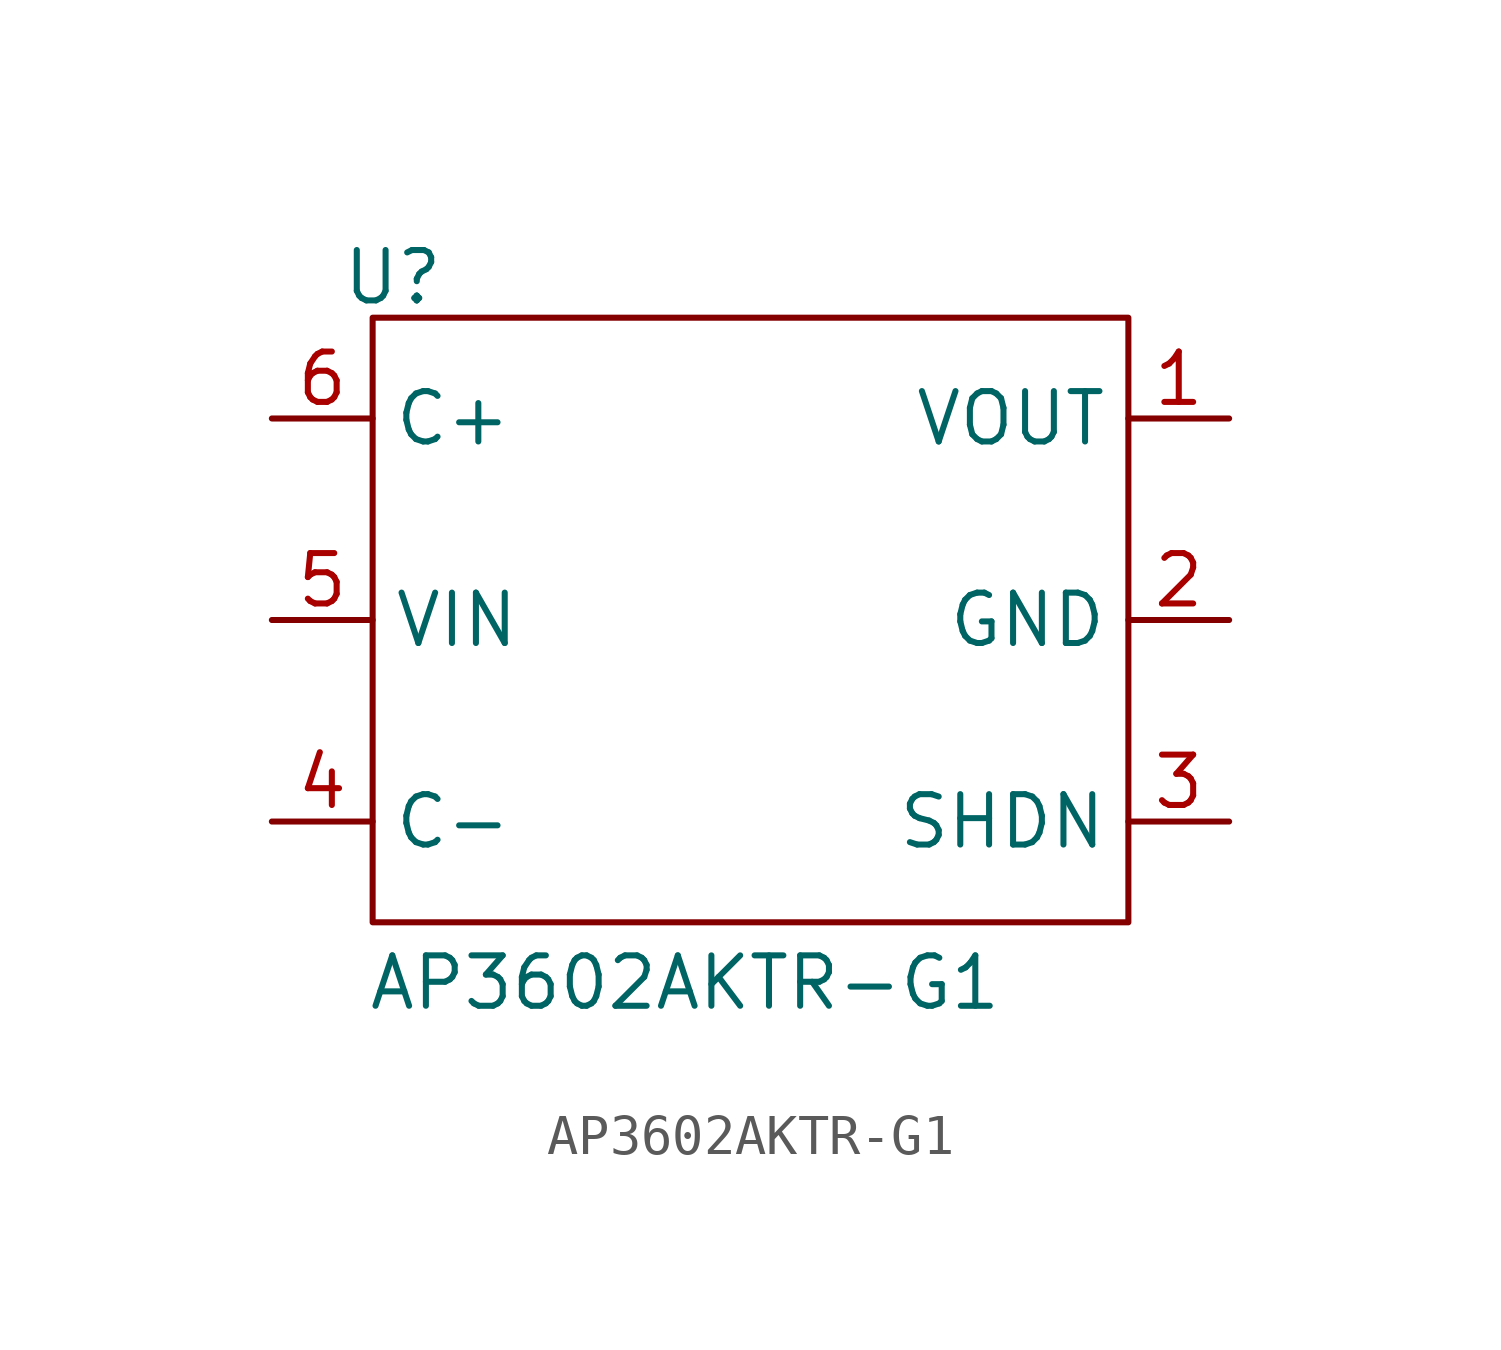
<source format=kicad_sym>
(kicad_symbol_lib
  (version 20241209)
  (generator "kicad_symbol_editor")
  (generator_version "9.0")
  (symbol "AP3602AKTR-G1"
    (property "Reference" "U"
      (at 0.508 -1.524 0)
      (effects (font (size 1.27 1.27))))
    (property "Value" "AP3602AKTR-G1"
      (at 7.874 -19.304 0)
      (effects (font (size 1.27 1.27))))
    (symbol "AP3602AKTR-G1_0_1"
      (rectangle (start 0 -2.54) (end 19.05 -17.78) (stroke (width 0) (type default)) (fill (type none))))
    (symbol "AP3602AKTR-G1_1_1"
      (pin passive line (at -2.54 -5.08 0) (length 2.54) (name "C+" (effects (font (size 1.27 1.27)))) (number "6" (effects (font (size 1.27 1.27)))))
      (pin power_in line (at -2.54 -10.16 0) (length 2.54) (name "VIN" (effects (font (size 1.27 1.27)))) (number "5" (effects (font (size 1.27 1.27)))))
      (pin passive line (at -2.54 -15.24 0) (length 2.54) (name "C-" (effects (font (size 1.27 1.27)))) (number "4" (effects (font (size 1.27 1.27)))))
      (pin power_out line (at 21.59 -5.08 180) (length 2.54) (name "VOUT" (effects (font (size 1.27 1.27)))) (number "1" (effects (font (size 1.27 1.27)))))
      (pin power_in line (at 21.59 -10.16 180) (length 2.54) (name "GND" (effects (font (size 1.27 1.27)))) (number "2" (effects (font (size 1.27 1.27)))))
      (pin input line (at 21.59 -15.24 180) (length 2.54) (name "SHDN" (effects (font (size 1.27 1.27)))) (number "3" (effects (font (size 1.27 1.27))))))))
</source>
